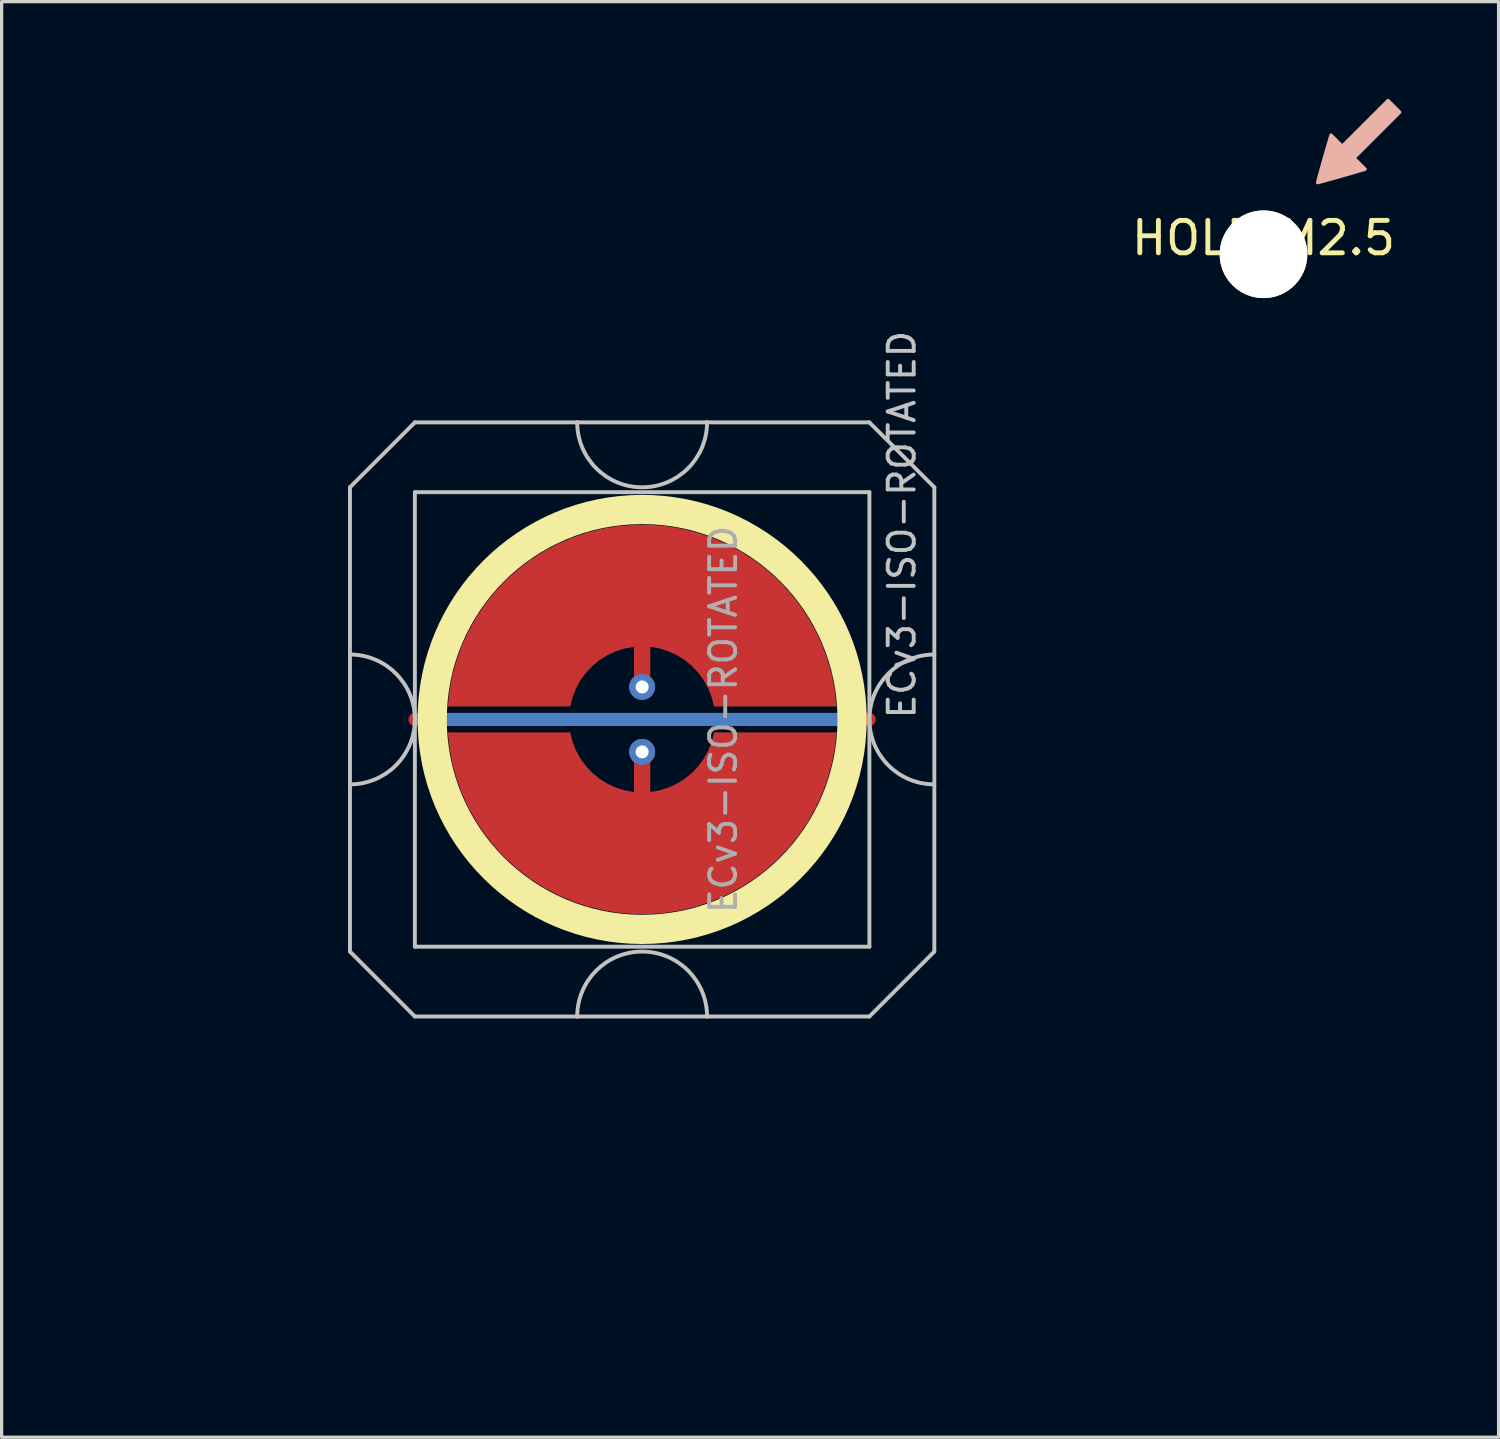
<source format=kicad_pcb>
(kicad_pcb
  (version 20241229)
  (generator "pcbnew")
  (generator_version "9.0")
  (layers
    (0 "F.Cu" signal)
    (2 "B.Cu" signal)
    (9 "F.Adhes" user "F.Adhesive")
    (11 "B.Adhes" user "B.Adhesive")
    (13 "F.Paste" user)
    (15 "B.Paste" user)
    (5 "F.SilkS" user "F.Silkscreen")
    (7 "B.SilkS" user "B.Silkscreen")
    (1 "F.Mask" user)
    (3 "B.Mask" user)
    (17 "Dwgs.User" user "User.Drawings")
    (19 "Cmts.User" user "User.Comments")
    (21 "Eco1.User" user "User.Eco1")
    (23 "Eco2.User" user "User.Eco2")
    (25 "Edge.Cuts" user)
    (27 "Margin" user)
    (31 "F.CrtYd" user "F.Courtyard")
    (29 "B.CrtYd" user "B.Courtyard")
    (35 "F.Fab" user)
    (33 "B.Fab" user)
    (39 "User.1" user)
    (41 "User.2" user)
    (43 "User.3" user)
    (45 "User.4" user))
  (footprint "ECv3-ISO-ROTATED"
    (layer "F.Cu")
    (at 16.729 19.11)
    (property "Reference" "ECv3-ISO-ROTATED" (at 8 -6 270) (layer "Dwgs.User") (effects (font (size 0.8 0.8) (thickness 0.12))))
    (attr through_hole exclude_from_pos_files exclude_from_bom)
    (fp_circle (center 0 0) (end 0 6.467) (stroke (width 0.9) (type solid)) (fill no) (layer "F.SilkS"))
    (fp_line (start -9 -7.15) (end -9 7.15) (stroke (width 0.12) (type solid)) (layer "Dwgs.User"))
    (fp_line (start -9 7.15) (end -7 9.15) (stroke (width 0.12) (type solid)) (layer "Dwgs.User"))
    (fp_line (start -7 -9.15) (end -9 -7.15) (stroke (width 0.12) (type solid)) (layer "Dwgs.User"))
    (fp_line (start -7 -7) (end -7 7) (stroke (width 0.12) (type solid)) (layer "Dwgs.User"))
    (fp_line (start -7 7) (end 7 7) (stroke (width 0.12) (type solid)) (layer "Dwgs.User"))
    (fp_line (start -7 9.15) (end -2 9.15) (stroke (width 0.12) (type solid)) (layer "Dwgs.User"))
    (fp_line (start -2 -9.15) (end -7 -9.15) (stroke (width 0.12) (type solid)) (layer "Dwgs.User"))
    (fp_line (start 2 -9.15) (end -2 -9.15) (stroke (width 0.12) (type solid)) (layer "Dwgs.User"))
    (fp_line (start 2 9.15) (end -2 9.15) (stroke (width 0.12) (type solid)) (layer "Dwgs.User"))
    (fp_line (start 2 9.15) (end 7 9.15) (stroke (width 0.12) (type solid)) (layer "Dwgs.User"))
    (fp_line (start 7 -9.15) (end 2 -9.15) (stroke (width 0.12) (type solid)) (layer "Dwgs.User"))
    (fp_line (start 7 -7) (end -7 -7) (stroke (width 0.12) (type solid)) (layer "Dwgs.User"))
    (fp_line (start 7 7) (end 7 -7) (stroke (width 0.12) (type solid)) (layer "Dwgs.User"))
    (fp_line (start 9 -7.15) (end 7 -9.15) (stroke (width 0.12) (type solid)) (layer "Dwgs.User"))
    (fp_line (start 9 7.15) (end 7 9.15) (stroke (width 0.12) (type solid)) (layer "Dwgs.User"))
    (fp_line (start 9 7.15) (end 9 -7.15) (stroke (width 0.12) (type solid)) (layer "Dwgs.User"))
    (fp_arc (start -9 -2) (mid -7 0) (end -9 2) (stroke (width 0.12) (type solid)) (layer "Dwgs.User"))
    (fp_arc (start -2 9.15) (mid 0 7.15) (end 2 9.15) (stroke (width 0.12) (type solid)) (layer "Dwgs.User"))
    (fp_arc (start 2 -9.15) (mid 0 -7.15) (end -2 -9.15) (stroke (width 0.12) (type solid)) (layer "Dwgs.User"))
    (fp_arc (start 9 2) (mid 7 0) (end 9 -2) (stroke (width 0.12) (type solid)) (layer "Dwgs.User"))
    (fp_line (start -7.05 -13) (end -5.5 -16.075) (stroke (width 0.12) (type default)) (layer "Eco1.User"))
    (fp_line (start -7.05 13) (end -7.05 -13) (stroke (width 0.12) (type default)) (layer "Eco1.User"))
    (fp_line (start -7.05 13) (end -5.5 16.075) (stroke (width 0.12) (type default)) (layer "Eco1.User"))
    (fp_line (start 6 -16.075) (end -5.5 -16.075) (stroke (width 0.12) (type default)) (layer "Eco1.User"))
    (fp_line (start 6 -16.075) (end 7.05 -15) (stroke (width 0.12) (type default)) (layer "Eco1.User"))
    (fp_line (start 6 16.075) (end -5.5 16.075) (stroke (width 0.12) (type default)) (layer "Eco1.User"))
    (fp_line (start 7.05 -15) (end 7.05 15) (stroke (width 0.12) (type default)) (layer "Eco1.User"))
    (fp_line (start 7.05 15) (end 6 16.075) (stroke (width 0.12) (type default)) (layer "Eco1.User"))
    (fp_line (start -16.669 -19.05) (end -16.669 0) (stroke (width 0.12) (type solid)) (layer "User.2"))
    (fp_line (start -16.669 -19.05) (end 11.906 -19.05) (stroke (width 0.12) (type solid)) (layer "User.2"))
    (fp_line (start -16.669 0) (end -11.906 0) (stroke (width 0.12) (type solid)) (layer "User.2"))
    (fp_line (start -11.906 0) (end -11.906 19.05) (stroke (width 0.12) (type solid)) (layer "User.2"))
    (fp_line (start -11.906 19.05) (end 11.906 19.05) (stroke (width 0.12) (type solid)) (layer "User.2"))
    (fp_line (start 11.906 -19.05) (end 11.906 19.05) (stroke (width 0.12) (type solid)) (layer "User.2"))
    (fp_circle (center -7.147 -16.151) (end -7.147 -15.151) (stroke (width 0.12) (type default)) (fill no) (layer "User.2"))
    (fp_circle (center -7.147 16.151) (end -7.147 17.151) (stroke (width 0.12) (type default)) (fill no) (layer "User.2"))
    (fp_circle (center 7.147 -16.151) (end 7.147 -15.401) (stroke (width 0.12) (type default)) (fill no) (layer "User.2"))
    (fp_circle (center 7.147 16.151) (end 7.147 16.901) (stroke (width 0.12) (type default)) (fill no) (layer "User.2"))
    (fp_text user "${REFERENCE}" (at 2.5 0 270) (layer "F.Fab") (effects (font (size 0.8 0.8) (thickness 0.12))))
    (pad "1" smd custom (at 0 -1 270) (size 0.4 0.4) (layers "F.Cu") (options (anchor circle)) (primitives (gr_poly (pts (xy 0.6 -2.214) (xy 0.32 -2.145) (xy 0.052 -2.041) (xy -0.201 -1.903) (xy -0.434 -1.734) (xy -0.644 -1.536) (xy -0.826 -1.314) (xy -0.979 -1.07) (xy -1.1 -0.808) (xy -1.186 -0.534) (xy -1.236 -0.25) (xy 0 -0.25) (xy 0.096 -0.231) (xy 0.177 -0.177) (xy 0.231 -0.096) (xy 0.25 0) (xy 0.231 0.096) (xy 0.177 0.177) (xy 0.096 0.231) (xy 0 0.25) (xy -1.236 0.25) (xy -1.186 0.534) (xy -1.1 0.808) (xy -0.979 1.07) (xy -0.826 1.314) (xy -0.644 1.536) (xy -0.434 1.734) (xy -0.201 1.903) (xy 0.052 2.041) (xy 0.32 2.145) (xy 0.6 2.214) (xy 0.6 5.987) (xy 0.115 5.934) (xy -0.364 5.843) (xy -0.834 5.713) (xy -1.292 5.545) (xy -1.735 5.341) (xy -2.159 5.101) (xy -2.563 4.827) (xy -2.943 4.522) (xy -3.298 4.187) (xy -3.623 3.824) (xy -3.919 3.436) (xy -4.182 3.025) (xy -4.41 2.594) (xy -4.603 2.147) (xy -4.759 1.684) (xy -4.876 1.211) (xy -4.955 0.73) (xy -4.995 0.244) (xy -4.995 -0.244) (xy -4.955 -0.73) (xy -4.876 -1.211) (xy -4.759 -1.684) (xy -4.603 -2.147) (xy -4.41 -2.594) (xy -4.182 -3.025) (xy -3.919 -3.436) (xy -3.623 -3.824) (xy -3.298 -4.187) (xy -2.943 -4.522) (xy -2.563 -4.827) (xy -2.159 -5.101) (xy -1.735 -5.341) (xy -1.292 -5.545) (xy -0.834 -5.713) (xy -0.364 -5.843) (xy 0.115 -5.934) (xy 0.6 -5.987)) (width 0) (fill yes))))
    (pad "1" thru_hole circle (at 0 -1 270) (size 0.8 0.8) (drill 0.4) (layers "*.Cu"))
    (pad "2" smd custom (at 0 1 90) (size 0.4 0.4) (layers "F.Cu") (options (anchor circle)) (primitives (gr_poly (pts (xy 0.6 -2.214) (xy 0.32 -2.145) (xy 0.052 -2.041) (xy -0.201 -1.903) (xy -0.434 -1.734) (xy -0.644 -1.536) (xy -0.826 -1.314) (xy -0.979 -1.07) (xy -1.1 -0.808) (xy -1.186 -0.534) (xy -1.236 -0.25) (xy 0 -0.25) (xy 0.096 -0.231) (xy 0.177 -0.177) (xy 0.231 -0.096) (xy 0.25 0) (xy 0.231 0.096) (xy 0.177 0.177) (xy 0.096 0.231) (xy 0 0.25) (xy -1.236 0.25) (xy -1.186 0.534) (xy -1.1 0.808) (xy -0.979 1.07) (xy -0.826 1.314) (xy -0.644 1.536) (xy -0.434 1.734) (xy -0.201 1.903) (xy 0.052 2.041) (xy 0.32 2.145) (xy 0.6 2.214) (xy 0.6 5.987) (xy 0.115 5.934) (xy -0.364 5.843) (xy -0.834 5.713) (xy -1.292 5.545) (xy -1.735 5.341) (xy -2.159 5.101) (xy -2.563 4.827) (xy -2.943 4.522) (xy -3.298 4.187) (xy -3.623 3.824) (xy -3.919 3.436) (xy -4.182 3.025) (xy -4.41 2.594) (xy -4.603 2.147) (xy -4.759 1.684) (xy -4.876 1.211) (xy -4.955 0.73) (xy -4.995 0.244) (xy -4.995 -0.244) (xy -4.955 -0.73) (xy -4.876 -1.211) (xy -4.759 -1.684) (xy -4.603 -2.147) (xy -4.41 -2.594) (xy -4.182 -3.025) (xy -3.919 -3.436) (xy -3.623 -3.824) (xy -3.298 -4.187) (xy -2.943 -4.522) (xy -2.563 -4.827) (xy -2.159 -5.101) (xy -1.735 -5.341) (xy -1.292 -5.545) (xy -0.834 -5.713) (xy -0.364 -5.843) (xy 0.115 -5.934) (xy 0.6 -5.987)) (width 0) (fill yes))))
    (pad "2" thru_hole circle (at 0 1 270) (size 0.8 0.8) (drill 0.4) (layers "*.Cu"))
    (pad "3" smd custom (at 0 0 270) (size 0.4 0.4) (layers "F.Cu") (options (anchor rect)) (primitives (gr_line (start 0 -7) (end 0 7) (width 0.4))))
    (pad "3" smd custom (at 0 0 270) (size 0.4 0.4) (layers "B.Cu") (options (anchor rect)) (primitives (gr_line (start 0 -6.5) (end 0 6.5) (width 0.4))))
    (zone (net_name "") (layer "F.Cu") (hatch edge 0.508) (connect_pads) (min_thickness 0.254) (filled_areas_thickness no) (keepout (tracks allowed) (vias allowed) (pads allowed) (copperpour not_allowed) (footprints allowed)) (placement (enabled no)) (fill) (polygon (pts (xy 16.729 26.115) (xy 17.242 26.096) (xy 17.752 26.04) (xy 18.257 25.946) (xy 18.753 25.816) (xy 19.239 25.65) (xy 19.711 25.448) (xy 20.167 25.213) (xy 20.605 24.945) (xy 21.022 24.645) (xy 21.416 24.316) (xy 21.785 23.958) (xy 22.126 23.575) (xy 22.439 23.168) (xy 22.72 22.739) (xy 22.97 22.29) (xy 23.186 21.825) (xy 23.368 21.344) (xy 23.514 20.852) (xy 23.623 20.35) (xy 23.695 19.842) (xy 23.73 19.33) (xy 23.728 18.817) (xy 23.687 18.305) (xy 23.61 17.797) (xy 23.495 17.297) (xy 23.344 16.806) (xy 23.158 16.328) (xy 22.937 15.865) (xy 22.682 15.419) (xy 22.396 14.993) (xy 22.079 14.589) (xy 21.734 14.209) (xy 21.361 13.856) (xy 20.964 13.53) (xy 20.544 13.235) (xy 20.103 12.972) (xy 19.645 12.741) (xy 19.17 12.544) (xy 18.683 12.383) (xy 18.185 12.258) (xy 17.679 12.17) (xy 17.169 12.119) (xy 16.655 12.105) (xy 16.143 12.13) (xy 15.633 12.191) (xy 15.129 12.29) (xy 14.634 12.426) (xy 14.15 12.597) (xy 13.68 12.803) (xy 13.226 13.044) (xy 12.791 13.316) (xy 12.378 13.62) (xy 11.987 13.954) (xy 11.622 14.315) (xy 11.285 14.702) (xy 10.977 15.112) (xy 10.699 15.544) (xy 10.454 15.995) (xy 10.243 16.463) (xy 10.067 16.945) (xy 9.926 17.439) (xy 9.822 17.942) (xy 9.755 18.451) (xy 9.725 18.963) (xy 9.733 19.477) (xy 9.779 19.988) (xy 9.862 20.495) (xy 9.982 20.994) (xy 10.138 21.483) (xy 10.329 21.959) (xy 10.555 22.42) (xy 10.814 22.863) (xy 11.105 23.286) (xy 11.426 23.687) (xy 11.776 24.063) (xy 12.152 24.413) (xy 12.552 24.734) (xy 12.975 25.024) (xy 13.419 25.283) (xy 13.88 25.509) (xy 14.356 25.701) (xy 14.845 25.857) (xy 15.344 25.977) (xy 15.851 26.06) (xy 16.362 26.105))))
    (zone (net_name "") (layer "B.Cu") (hatch edge 0.508) (connect_pads) (min_thickness 0.254) (filled_areas_thickness no) (keepout (tracks allowed) (vias allowed) (pads allowed) (copperpour not_allowed) (footprints allowed)) (placement (enabled no)) (fill) (polygon (pts (xy 16.729 25.668) (xy 17.243 25.648) (xy 17.755 25.588) (xy 18.26 25.487) (xy 18.755 25.347) (xy 19.238 25.169) (xy 19.706 24.953) (xy 20.155 24.702) (xy 20.584 24.416) (xy 20.988 24.097) (xy 21.366 23.747) (xy 21.716 23.369) (xy 22.034 22.965) (xy 22.321 22.537) (xy 22.572 22.087) (xy 22.788 21.62) (xy 22.966 21.137) (xy 23.106 20.641) (xy 23.206 20.136) (xy 23.267 19.625) (xy 23.287 19.11) (xy 23.267 18.595) (xy 23.206 18.084) (xy 23.106 17.579) (xy 22.966 17.083) (xy 22.788 16.6) (xy 22.572 16.133) (xy 22.321 15.683) (xy 22.034 15.255) (xy 21.716 14.851) (xy 21.366 14.473) (xy 20.988 14.123) (xy 20.584 13.804) (xy 20.155 13.518) (xy 19.706 13.267) (xy 19.238 13.051) (xy 18.755 12.873) (xy 18.26 12.733) (xy 17.755 12.632) (xy 17.243 12.572) (xy 16.729 12.552) (xy 16.214 12.572) (xy 15.703 12.632) (xy 15.198 12.733) (xy 14.702 12.873) (xy 14.219 13.051) (xy 13.751 13.267) (xy 13.302 13.518) (xy 12.874 13.804) (xy 12.47 14.123) (xy 12.091 14.473) (xy 11.742 14.851) (xy 11.423 15.255) (xy 11.137 15.683) (xy 10.885 16.133) (xy 10.67 16.6) (xy 10.491 17.083) (xy 10.352 17.579) (xy 10.251 18.084) (xy 10.191 18.595) (xy 10.17 19.11) (xy 10.191 19.625) (xy 10.251 20.136) (xy 10.352 20.641) (xy 10.491 21.137) (xy 10.67 21.62) (xy 10.885 22.087) (xy 11.137 22.537) (xy 11.423 22.965) (xy 11.742 23.369) (xy 12.091 23.747) (xy 12.47 24.097) (xy 12.874 24.416) (xy 13.302 24.702) (xy 13.751 24.953) (xy 14.219 25.169) (xy 14.702 25.347) (xy 15.198 25.487) (xy 15.703 25.588) (xy 16.214 25.648)))))
  (footprint "HOLE_M2.5"
    (layer "F.Cu")
    (at 35.868 4.782)
    (property "Reference" "HOLE_M2.5" (at 0 -0.5 0) (unlocked yes) (layer "F.SilkS") (effects (font (size 1 1) (thickness 0.15))))
    (attr through_hole exclude_from_pos_files exclude_from_bom)
    (fp_poly (pts (xy 1.643 -2.163) (xy 1.666 -2.155) (xy 1.677 -2.156) (xy 1.702 -2.162) (xy 1.738 -2.171) (xy 1.786 -2.184) (xy 1.843 -2.199) (xy 1.909 -2.217) (xy 1.982 -2.237) (xy 2.061 -2.259) (xy 2.145 -2.282) (xy 2.233 -2.307) (xy 2.323 -2.332) (xy 2.414 -2.358) (xy 2.505 -2.384) (xy 2.595 -2.41) (xy 2.683 -2.435) (xy 2.767 -2.459) (xy 2.846 -2.482) (xy 2.919 -2.504) (xy 2.985 -2.523) (xy 3.042 -2.54) (xy 3.09 -2.555) (xy 3.127 -2.566) (xy 3.151 -2.574) (xy 3.163 -2.579) (xy 3.163 -2.579) (xy 3.173 -2.597) (xy 3.177 -2.619) (xy 3.177 -2.62) (xy 3.177 -2.646) (xy 2.858 -2.966) (xy 4.242 -4.35) (xy 4.242 -4.403) (xy 3.863 -4.782) (xy 3.809 -4.782) (xy 2.425 -3.398) (xy 2.106 -3.718) (xy 2.079 -3.718) (xy 2.057 -3.714) (xy 2.039 -3.704) (xy 2.039 -3.703) (xy 2.035 -3.694) (xy 2.027 -3.672) (xy 2.016 -3.637) (xy 2.002 -3.59) (xy 1.985 -3.534) (xy 1.966 -3.47) (xy 1.945 -3.398) (xy 1.922 -3.319) (xy 1.898 -3.236) (xy 1.873 -3.149) (xy 1.847 -3.059) (xy 1.821 -2.968) (xy 1.795 -2.876) (xy 1.77 -2.786) (xy 1.745 -2.698) (xy 1.722 -2.613) (xy 1.7 -2.533) (xy 1.679 -2.46) (xy 1.661 -2.393) (xy 1.645 -2.334) (xy 1.633 -2.285) (xy 1.623 -2.247) (xy 1.617 -2.221) (xy 1.614 -2.208) (xy 1.614 -2.207) (xy 1.623 -2.182)) (stroke (width 0) (type solid)) (fill yes) (layer "B.SilkS"))
    (pad "" np_thru_hole circle (at 0 0) (size 2.7 2.7) (drill 2.7) (layers "*.Cu" "*.Mask" "F.SilkS")))
  (gr_rect
    (start -3 -3)
    (end 43.109 41.22)
    (stroke (width 0.1) (type default))
    (fill no)
    (layer "Edge.Cuts")))
</source>
